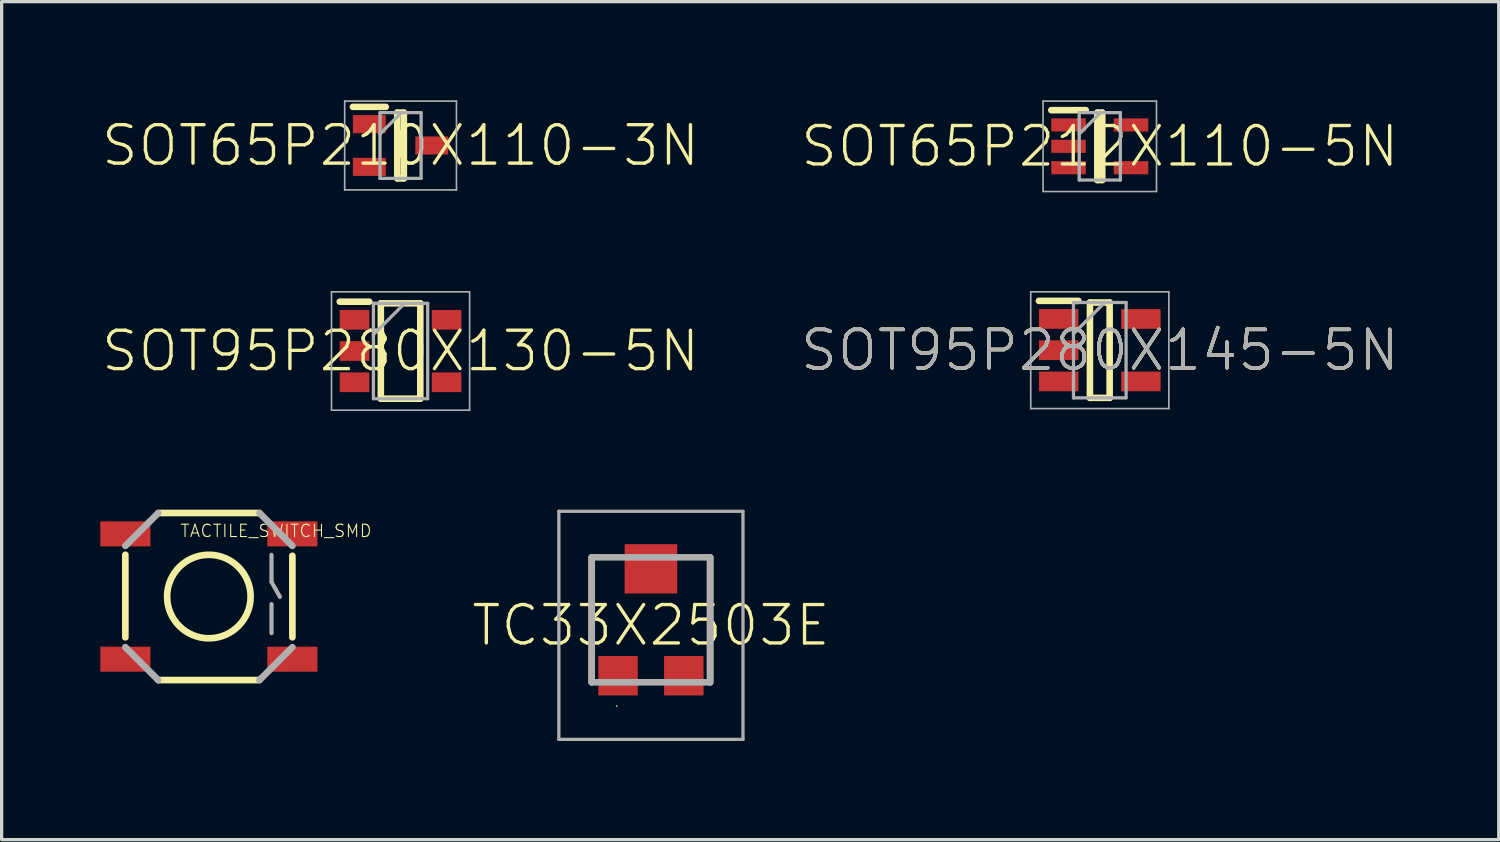
<source format=kicad_pcb>
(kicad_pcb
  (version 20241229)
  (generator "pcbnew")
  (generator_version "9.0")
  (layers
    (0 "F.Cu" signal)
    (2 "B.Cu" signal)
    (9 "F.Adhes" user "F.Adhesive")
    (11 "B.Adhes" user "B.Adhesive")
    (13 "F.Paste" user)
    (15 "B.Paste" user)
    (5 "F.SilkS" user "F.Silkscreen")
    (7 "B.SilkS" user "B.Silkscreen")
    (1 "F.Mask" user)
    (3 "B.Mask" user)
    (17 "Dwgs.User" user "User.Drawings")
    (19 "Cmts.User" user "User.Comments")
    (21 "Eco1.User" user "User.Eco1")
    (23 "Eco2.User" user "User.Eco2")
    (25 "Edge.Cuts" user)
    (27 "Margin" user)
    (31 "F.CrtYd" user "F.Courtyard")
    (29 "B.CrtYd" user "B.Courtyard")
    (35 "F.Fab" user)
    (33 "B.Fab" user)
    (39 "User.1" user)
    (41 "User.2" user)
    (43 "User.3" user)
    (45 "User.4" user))
  (footprint "SOT95P280X130-5N"
    (layer "F.Cu")
    (at 9.132 7.625)
    (property "Reference" "SOT95P280X130-5N" (at 0 0 0) (unlocked yes) (layer "F.SilkS") (effects (font (size 1.168 1.168) (thickness 0.102))))
    (fp_line (start -1.85 -1.5) (end -0.95 -1.5) (stroke (width 0.2) (type solid)) (layer "F.SilkS"))
    (fp_line (start -0.6 -1.45) (end 0.6 -1.45) (stroke (width 0.2) (type solid)) (layer "F.SilkS"))
    (fp_line (start -0.6 1.45) (end -0.6 -1.45) (stroke (width 0.2) (type solid)) (layer "F.SilkS"))
    (fp_line (start 0.6 -1.45) (end 0.6 1.45) (stroke (width 0.2) (type solid)) (layer "F.SilkS"))
    (fp_line (start 0.6 1.45) (end -0.6 1.45) (stroke (width 0.2) (type solid)) (layer "F.SilkS"))
    (fp_line (start -2.1 -1.8) (end 2.1 -1.8) (stroke (width 0.05) (type solid)) (layer "F.Fab"))
    (fp_line (start -2.1 1.8) (end -2.1 -1.8) (stroke (width 0.05) (type solid)) (layer "F.Fab"))
    (fp_line (start -0.825 -1.45) (end 0.125 -1.45) (stroke (width 0.1) (type solid)) (layer "F.Fab"))
    (fp_line (start -0.825 -0.5) (end -0.825 -1.45) (stroke (width 0.1) (type solid)) (layer "F.Fab"))
    (fp_line (start -0.825 -0.5) (end 0.125 -1.45) (stroke (width 0.1) (type solid)) (layer "F.Fab"))
    (fp_line (start -0.825 1.45) (end -0.825 -0.5) (stroke (width 0.1) (type solid)) (layer "F.Fab"))
    (fp_line (start 0.125 -1.45) (end 0.825 -1.45) (stroke (width 0.1) (type solid)) (layer "F.Fab"))
    (fp_line (start 0.825 -1.45) (end 0.825 1.45) (stroke (width 0.1) (type solid)) (layer "F.Fab"))
    (fp_line (start 0.825 1.45) (end -0.825 1.45) (stroke (width 0.1) (type solid)) (layer "F.Fab"))
    (fp_line (start 2.1 -1.8) (end 2.1 1.8) (stroke (width 0.05) (type solid)) (layer "F.Fab"))
    (fp_line (start 2.1 1.8) (end -2.1 1.8) (stroke (width 0.05) (type solid)) (layer "F.Fab"))
    (pad "1" smd rect (at -1.4 -0.95) (size 0.9 0.6) (layers "F.Cu" "F.Mask" "F.Paste"))
    (pad "2" smd rect (at -1.4 0) (size 0.9 0.6) (layers "F.Cu" "F.Mask" "F.Paste"))
    (pad "3" smd rect (at -1.4 0.95) (size 0.9 0.6) (layers "F.Cu" "F.Mask" "F.Paste"))
    (pad "4" smd rect (at 1.4 0.95) (size 0.9 0.6) (layers "F.Cu" "F.Mask" "F.Paste"))
    (pad "5" smd rect (at 1.4 -0.95) (size 0.9 0.6) (layers "F.Cu" "F.Mask" "F.Paste")))
  (footprint "TC33X2503E"
    (layer "F.Cu")
    (at 16.746 15.8)
    (property "Reference" "TC33X2503E" (at 0 0.168 0) (unlocked yes) (layer "F.SilkS") (effects (font (size 1.168 1.168) (thickness 0.102))))
    (fp_line (start -1.8 -1.9) (end -1.8 1.9) (stroke (width 0.2) (type solid)) (layer "F.SilkS"))
    (fp_line (start 1.8 1.9) (end 1.8 -1.9) (stroke (width 0.2) (type solid)) (layer "F.SilkS"))
    (fp_arc (start -1.052 2.625) (mid -1.041 2.614) (end -1.03 2.625) (stroke (width 0.022) (type solid)) (layer "F.SilkS"))
    (fp_arc (start -1.03 2.625) (mid -1.041 2.636) (end -1.052 2.625) (stroke (width 0.022) (type solid)) (layer "F.SilkS"))
    (fp_line (start -2.8 -3.3) (end 2.8 -3.3) (stroke (width 0.1) (type solid)) (layer "F.Fab"))
    (fp_line (start -2.8 3.636) (end -2.8 -3.3) (stroke (width 0.1) (type solid)) (layer "F.Fab"))
    (fp_line (start -1.8 -1.9) (end 1.8 -1.9) (stroke (width 0.2) (type solid)) (layer "F.Fab"))
    (fp_line (start -1.8 1.9) (end -1.8 -1.9) (stroke (width 0.2) (type solid)) (layer "F.Fab"))
    (fp_line (start 1.8 -1.9) (end 1.8 1.9) (stroke (width 0.2) (type solid)) (layer "F.Fab"))
    (fp_line (start 1.8 1.9) (end -1.8 1.9) (stroke (width 0.2) (type solid)) (layer "F.Fab"))
    (fp_line (start 2.8 -3.3) (end 2.8 3.636) (stroke (width 0.1) (type solid)) (layer "F.Fab"))
    (fp_line (start 2.8 3.636) (end -2.8 3.636) (stroke (width 0.1) (type solid)) (layer "F.Fab"))
    (pad "1" smd rect (at -1 1.7) (size 1.2 1.2) (layers "F.Cu" "F.Mask" "F.Paste"))
    (pad "2" smd rect (at 0 -1.55) (size 1.6 1.5) (layers "F.Cu" "F.Mask" "F.Paste"))
    (pad "3" smd rect (at 1 1.7) (size 1.2 1.2) (layers "F.Cu" "F.Mask" "F.Paste")))
  (footprint "TACTILE_SWITCH_SMD"
    (layer "F.Cu")
    (at 3.302 15.092)
    (property "Reference" "TACTILE_SWITCH_SMD" (at -0.889 -1.778 0) (unlocked yes) (layer "F.SilkS") (effects (font (size 0.374 0.374) (thickness 0.033)) (justify left bottom)))
    (fp_line (start -2.54 1.24) (end -2.54 -1.27) (stroke (width 0.203) (type solid)) (layer "F.SilkS"))
    (fp_line (start -1.54 -2.54) (end 1.54 -2.54) (stroke (width 0.203) (type solid)) (layer "F.SilkS"))
    (fp_line (start 1.54 2.54) (end -1.54 2.54) (stroke (width 0.203) (type solid)) (layer "F.SilkS"))
    (fp_line (start 2.54 -1.24) (end 2.54 1.24) (stroke (width 0.203) (type solid)) (layer "F.SilkS"))
    (fp_circle (center 0 0) (end 1.27 0) (stroke (width 0.203) (type solid)) (fill no) (layer "F.SilkS"))
    (fp_line (start -2.54 -1.54) (end -1.54 -2.54) (stroke (width 0.203) (type solid)) (layer "F.Fab"))
    (fp_line (start -1.54 2.54) (end -2.54 1.54) (stroke (width 0.203) (type solid)) (layer "F.Fab"))
    (fp_line (start 1.54 -2.54) (end 2.54 -1.54) (stroke (width 0.203) (type solid)) (layer "F.Fab"))
    (fp_line (start 1.905 -1.27) (end 1.905 -0.445) (stroke (width 0.127) (type solid)) (layer "F.Fab"))
    (fp_line (start 1.905 -0.445) (end 2.16 0.01) (stroke (width 0.127) (type solid)) (layer "F.Fab"))
    (fp_line (start 1.905 0.23) (end 1.905 1.115) (stroke (width 0.127) (type solid)) (layer "F.Fab"))
    (fp_line (start 2.54 1.54) (end 1.54 2.54) (stroke (width 0.203) (type solid)) (layer "F.Fab"))
    (pad "1" smd rect (at -2.54 -1.905 90) (size 0.762 1.524) (layers "F.Cu" "F.Mask" "F.Paste"))
    (pad "2" smd rect (at 2.54 -1.905 90) (size 0.762 1.524) (layers "F.Cu" "F.Mask" "F.Paste"))
    (pad "3" smd rect (at -2.54 1.905 90) (size 0.762 1.524) (layers "F.Cu" "F.Mask" "F.Paste"))
    (pad "4" smd rect (at 2.54 1.905 90) (size 0.762 1.524) (layers "F.Cu" "F.Mask" "F.Paste")))
  (footprint "SOT95P280X145-5N"
    (layer "F.Cu")
    (at 30.397 7.6)
    (property "Reference" "SOT95P280X145-5N" (at 0 0 0) (unlocked yes) (layer "F.SilkS") (effects (font (size 1.168 1.168) (thickness 0.102))))
    (property "Value" "SOT95P280X145-5N" (at 0 0 0) (unlocked yes) (layer "F.Fab") (hide yes) (effects (font (size 1.168 1.168) (thickness 0.102))))
    (fp_line (start -1.85 -1.5) (end -0.65 -1.5) (stroke (width 0.2) (type solid)) (layer "F.SilkS"))
    (fp_line (start -0.3 -1.45) (end 0.3 -1.45) (stroke (width 0.2) (type solid)) (layer "F.SilkS"))
    (fp_line (start -0.3 1.45) (end -0.3 -1.45) (stroke (width 0.2) (type solid)) (layer "F.SilkS"))
    (fp_line (start 0.3 -1.45) (end 0.3 1.45) (stroke (width 0.2) (type solid)) (layer "F.SilkS"))
    (fp_line (start 0.3 1.45) (end -0.3 1.45) (stroke (width 0.2) (type solid)) (layer "F.SilkS"))
    (fp_line (start -2.1 -1.775) (end 2.1 -1.775) (stroke (width 0.05) (type solid)) (layer "F.Fab"))
    (fp_line (start -2.1 1.775) (end -2.1 -1.775) (stroke (width 0.05) (type solid)) (layer "F.Fab"))
    (fp_line (start -0.8 -1.45) (end 0.15 -1.45) (stroke (width 0.1) (type solid)) (layer "F.Fab"))
    (fp_line (start -0.8 -0.5) (end -0.8 -1.45) (stroke (width 0.1) (type solid)) (layer "F.Fab"))
    (fp_line (start -0.8 -0.5) (end 0.15 -1.45) (stroke (width 0.1) (type solid)) (layer "F.Fab"))
    (fp_line (start -0.8 1.45) (end -0.8 -0.5) (stroke (width 0.1) (type solid)) (layer "F.Fab"))
    (fp_line (start 0.15 -1.45) (end 0.8 -1.45) (stroke (width 0.1) (type solid)) (layer "F.Fab"))
    (fp_line (start 0.8 -1.45) (end 0.8 1.45) (stroke (width 0.1) (type solid)) (layer "F.Fab"))
    (fp_line (start 0.8 1.45) (end -0.8 1.45) (stroke (width 0.1) (type solid)) (layer "F.Fab"))
    (fp_line (start 2.1 -1.775) (end 2.1 1.775) (stroke (width 0.05) (type solid)) (layer "F.Fab"))
    (fp_line (start 2.1 1.775) (end -2.1 1.775) (stroke (width 0.05) (type solid)) (layer "F.Fab"))
    (fp_text user "${REFERENCE}" (at 0 0 0) (unlocked yes) (layer "F.SilkS") (effects (font (size 1.168 1.168) (thickness 0.102))))
    (fp_text user "${REFERENCE}" (at 0 0 0) (unlocked yes) (layer "F.SilkS") (effects (font (size 1.168 1.168) (thickness 0.102))))
    (fp_text user "${VALUE}" (at 0 0 0) (unlocked yes) (layer "F.Fab") (effects (font (size 1.168 1.168) (thickness 0.102))))
    (fp_text user "${VALUE}" (at 0 0 0) (unlocked yes) (layer "F.Fab") (effects (font (size 1.168 1.168) (thickness 0.102))))
    (pad "1" smd rect (at -1.25 -0.95) (size 1.2 0.6) (layers "F.Cu" "F.Mask" "F.Paste"))
    (pad "2" smd rect (at -1.25 0) (size 1.2 0.6) (layers "F.Cu" "F.Mask" "F.Paste"))
    (pad "3" smd rect (at -1.25 0.95) (size 1.2 0.6) (layers "F.Cu" "F.Mask" "F.Paste"))
    (pad "4" smd rect (at 1.25 0.95) (size 1.2 0.6) (layers "F.Cu" "F.Mask" "F.Paste"))
    (pad "5" smd rect (at 1.25 -0.95) (size 1.2 0.6) (layers "F.Cu" "F.Mask" "F.Paste")))
  (footprint "SOT65P210X110-3N"
    (layer "F.Cu")
    (at 9.132 1.375)
    (property "Reference" "SOT65P210X110-3N" (at 0 0 0) (unlocked yes) (layer "F.SilkS") (effects (font (size 1.168 1.168) (thickness 0.102))))
    (fp_line (start -1.45 -1.175) (end -0.45 -1.175) (stroke (width 0.2) (type solid)) (layer "F.SilkS"))
    (fp_line (start -0.1 -1) (end 0.1 -1) (stroke (width 0.2) (type solid)) (layer "F.SilkS"))
    (fp_line (start -0.1 1) (end -0.1 -1) (stroke (width 0.2) (type solid)) (layer "F.SilkS"))
    (fp_line (start 0.1 -1) (end 0.1 1) (stroke (width 0.2) (type solid)) (layer "F.SilkS"))
    (fp_line (start 0.1 1) (end -0.1 1) (stroke (width 0.2) (type solid)) (layer "F.SilkS"))
    (fp_line (start -1.7 -1.35) (end 1.7 -1.35) (stroke (width 0.05) (type solid)) (layer "F.Fab"))
    (fp_line (start -1.7 1.35) (end -1.7 -1.35) (stroke (width 0.05) (type solid)) (layer "F.Fab"))
    (fp_line (start -0.625 -1) (end 0.025 -1) (stroke (width 0.1) (type solid)) (layer "F.Fab"))
    (fp_line (start -0.625 -0.35) (end -0.625 -1) (stroke (width 0.1) (type solid)) (layer "F.Fab"))
    (fp_line (start -0.625 -0.35) (end 0.025 -1) (stroke (width 0.1) (type solid)) (layer "F.Fab"))
    (fp_line (start -0.625 1) (end -0.625 -0.35) (stroke (width 0.1) (type solid)) (layer "F.Fab"))
    (fp_line (start 0.025 -1) (end 0.625 -1) (stroke (width 0.1) (type solid)) (layer "F.Fab"))
    (fp_line (start 0.625 -1) (end 0.625 1) (stroke (width 0.1) (type solid)) (layer "F.Fab"))
    (fp_line (start 0.625 1) (end -0.625 1) (stroke (width 0.1) (type solid)) (layer "F.Fab"))
    (fp_line (start 1.7 -1.35) (end 1.7 1.35) (stroke (width 0.05) (type solid)) (layer "F.Fab"))
    (fp_line (start 1.7 1.35) (end -1.7 1.35) (stroke (width 0.05) (type solid)) (layer "F.Fab"))
    (pad "1" smd rect (at -0.95 -0.65) (size 1 0.55) (layers "F.Cu" "F.Mask" "F.Paste"))
    (pad "2" smd rect (at -0.95 0.65) (size 1 0.55) (layers "F.Cu" "F.Mask" "F.Paste"))
    (pad "3" smd rect (at 0.95 0) (size 1 0.55) (layers "F.Cu" "F.Mask" "F.Paste")))
  (footprint "SOT65P212X110-5N"
    (layer "F.Cu")
    (at 30.397 1.4)
    (property "Reference" "SOT65P212X110-5N" (at 0 0 0) (unlocked yes) (layer "F.SilkS") (effects (font (size 1.168 1.168) (thickness 0.102))))
    (fp_line (start -1.475 -1.1) (end -0.425 -1.1) (stroke (width 0.2) (type solid)) (layer "F.SilkS"))
    (fp_line (start -0.075 -1.025) (end 0.075 -1.025) (stroke (width 0.2) (type solid)) (layer "F.SilkS"))
    (fp_line (start -0.075 1.025) (end -0.075 -1.025) (stroke (width 0.2) (type solid)) (layer "F.SilkS"))
    (fp_line (start 0.075 -1.025) (end 0.075 1.025) (stroke (width 0.2) (type solid)) (layer "F.SilkS"))
    (fp_line (start 0.075 1.025) (end -0.075 1.025) (stroke (width 0.2) (type solid)) (layer "F.SilkS"))
    (fp_line (start -1.725 -1.375) (end 1.725 -1.375) (stroke (width 0.05) (type solid)) (layer "F.Fab"))
    (fp_line (start -1.725 1.375) (end -1.725 -1.375) (stroke (width 0.05) (type solid)) (layer "F.Fab"))
    (fp_line (start -0.625 -1.025) (end 0.025 -1.025) (stroke (width 0.1) (type solid)) (layer "F.Fab"))
    (fp_line (start -0.625 -0.375) (end -0.625 -1.025) (stroke (width 0.1) (type solid)) (layer "F.Fab"))
    (fp_line (start -0.625 -0.375) (end 0.025 -1.025) (stroke (width 0.1) (type solid)) (layer "F.Fab"))
    (fp_line (start -0.625 1.025) (end -0.625 -0.375) (stroke (width 0.1) (type solid)) (layer "F.Fab"))
    (fp_line (start 0.025 -1.025) (end 0.625 -1.025) (stroke (width 0.1) (type solid)) (layer "F.Fab"))
    (fp_line (start 0.625 -1.025) (end 0.625 1.025) (stroke (width 0.1) (type solid)) (layer "F.Fab"))
    (fp_line (start 0.625 1.025) (end -0.625 1.025) (stroke (width 0.1) (type solid)) (layer "F.Fab"))
    (fp_line (start 1.725 -1.375) (end 1.725 1.375) (stroke (width 0.05) (type solid)) (layer "F.Fab"))
    (fp_line (start 1.725 1.375) (end -1.725 1.375) (stroke (width 0.05) (type solid)) (layer "F.Fab"))
    (pad "1" smd rect (at -0.95 -0.65) (size 1.05 0.4) (layers "F.Cu" "F.Mask" "F.Paste"))
    (pad "2" smd rect (at -0.95 0) (size 1.05 0.4) (layers "F.Cu" "F.Mask" "F.Paste"))
    (pad "3" smd rect (at -0.95 0.65) (size 1.05 0.4) (layers "F.Cu" "F.Mask" "F.Paste"))
    (pad "4" smd rect (at 0.95 0.65) (size 1.05 0.4) (layers "F.Cu" "F.Mask" "F.Paste"))
    (pad "5" smd rect (at 0.95 -0.65) (size 1.05 0.4) (layers "F.Cu" "F.Mask" "F.Paste")))
  (gr_rect
    (start -3 -3)
    (end 42.53 22.486)
    (stroke (width 0.1) (type default))
    (fill no)
    (layer "Edge.Cuts")))
</source>
